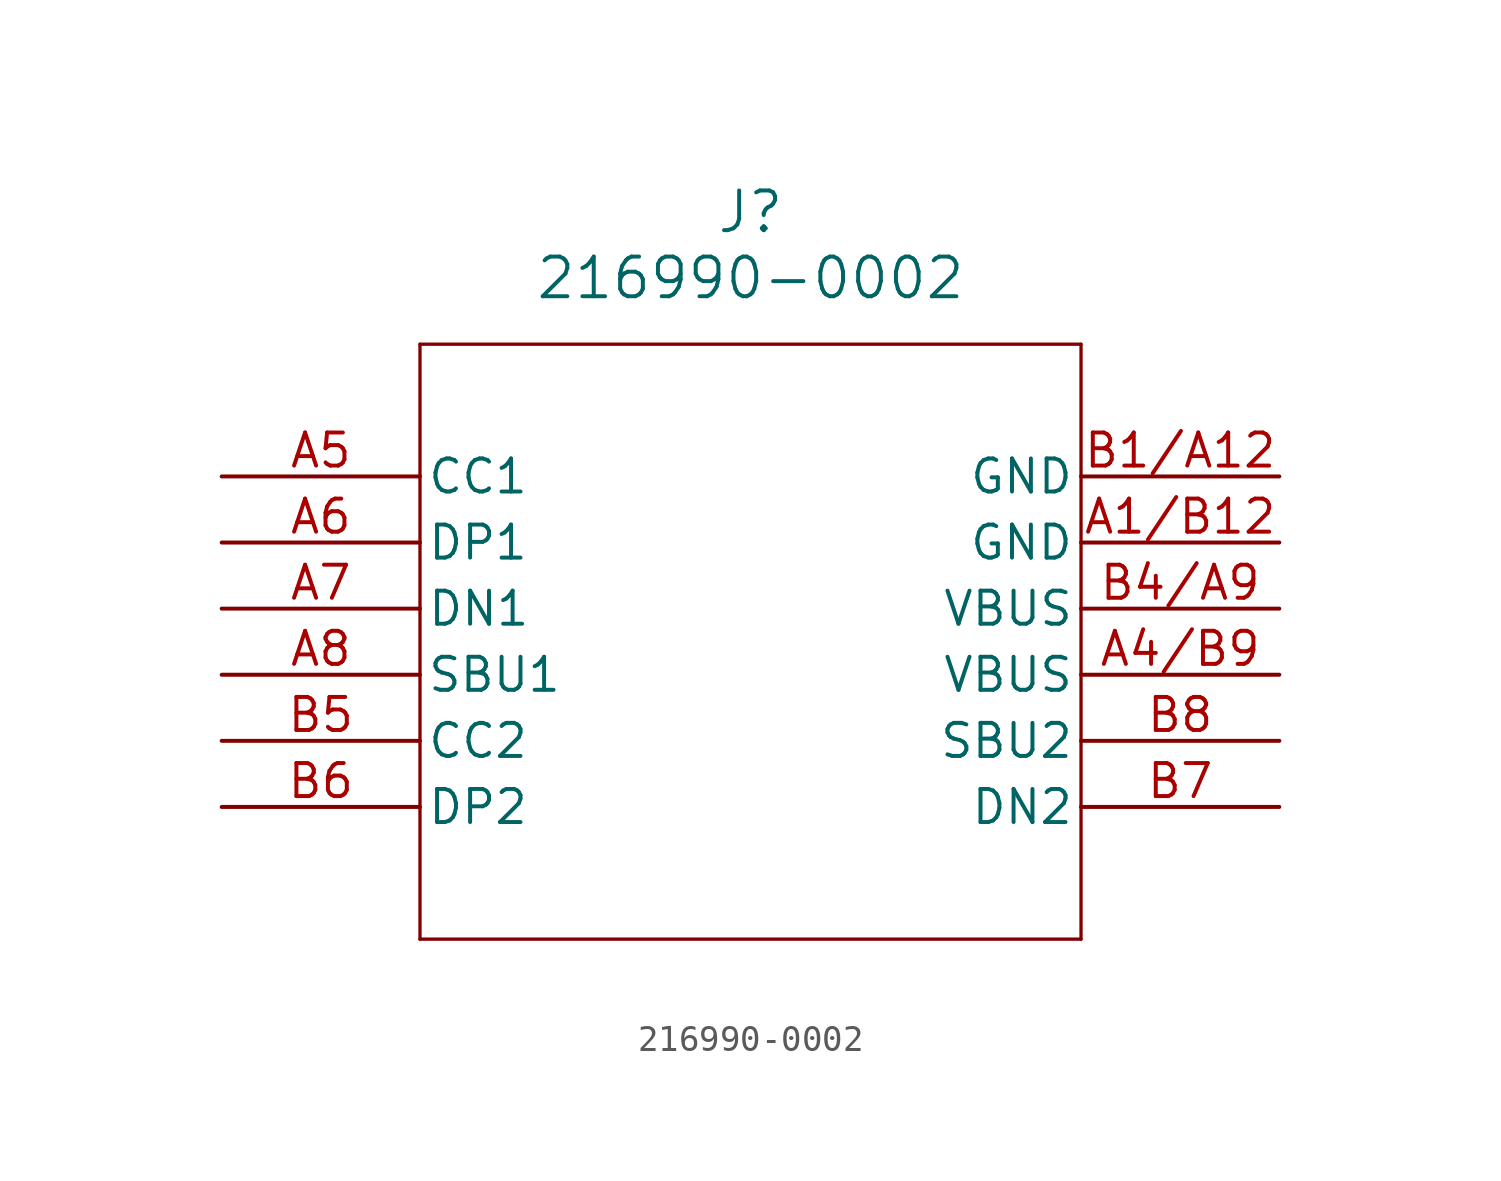
<source format=kicad_sym>
(kicad_symbol_lib
  (version 20220914)
  (generator kicad_symbol_editor)
  (symbol "216990-0002"
    (pin_names
      (offset 0.254))
    (property "Reference" "J"
      (at 20.32 10.16 0)
      (effects (font (size 1.524 1.524))))
    (property "Value" "216990-0002"
      (at 20.32 7.62 0)
      (effects (font (size 1.524 1.524))))
    (property "ki_locked" ""
      (at 0 0 0)
      (effects (font (size 1.27 1.27))))
    (symbol "216990-0002_0_1"
      (polyline (pts (xy 7.62 -17.78) (xy 33.02 -17.78)) (stroke (width 0.127) (type default)) (fill (type none)))
      (polyline (pts (xy 7.62 5.08) (xy 7.62 -17.78)) (stroke (width 0.127) (type default)) (fill (type none)))
      (polyline (pts (xy 33.02 -17.78) (xy 33.02 5.08)) (stroke (width 0.127) (type default)) (fill (type none)))
      (polyline (pts (xy 33.02 5.08) (xy 7.62 5.08)) (stroke (width 0.127) (type default)) (fill (type none)))
      (pin power_out line (at 40.64 -2.54 180) (length 7.62) (name "GND" (effects (font (size 1.27 1.27)))) (number "A1/B12" (effects (font (size 1.27 1.27)))))
      (pin power_in line (at 40.64 -7.62 180) (length 7.62) (name "VBUS" (effects (font (size 1.27 1.27)))) (number "A4/B9" (effects (font (size 1.27 1.27)))))
      (pin bidirectional line (at 0 0 0) (length 7.62) (name "CC1" (effects (font (size 1.27 1.27)))) (number "A5" (effects (font (size 1.27 1.27)))))
      (pin bidirectional line (at 0 -2.54 0) (length 7.62) (name "DP1" (effects (font (size 1.27 1.27)))) (number "A6" (effects (font (size 1.27 1.27)))))
      (pin bidirectional line (at 0 -5.08 0) (length 7.62) (name "DN1" (effects (font (size 1.27 1.27)))) (number "A7" (effects (font (size 1.27 1.27)))))
      (pin bidirectional line (at 0 -7.62 0) (length 7.62) (name "SBU1" (effects (font (size 1.27 1.27)))) (number "A8" (effects (font (size 1.27 1.27)))))
      (pin power_out line (at 40.64 0 180) (length 7.62) (name "GND" (effects (font (size 1.27 1.27)))) (number "B1/A12" (effects (font (size 1.27 1.27)))))
      (pin power_in line (at 40.64 -5.08 180) (length 7.62) (name "VBUS" (effects (font (size 1.27 1.27)))) (number "B4/A9" (effects (font (size 1.27 1.27)))))
      (pin bidirectional line (at 0 -10.16 0) (length 7.62) (name "CC2" (effects (font (size 1.27 1.27)))) (number "B5" (effects (font (size 1.27 1.27)))))
      (pin bidirectional line (at 0 -12.7 0) (length 7.62) (name "DP2" (effects (font (size 1.27 1.27)))) (number "B6" (effects (font (size 1.27 1.27)))))
      (pin bidirectional line (at 40.64 -12.7 180) (length 7.62) (name "DN2" (effects (font (size 1.27 1.27)))) (number "B7" (effects (font (size 1.27 1.27)))))
      (pin bidirectional line (at 40.64 -10.16 180) (length 7.62) (name "SBU2" (effects (font (size 1.27 1.27)))) (number "B8" (effects (font (size 1.27 1.27))))))))
</source>
